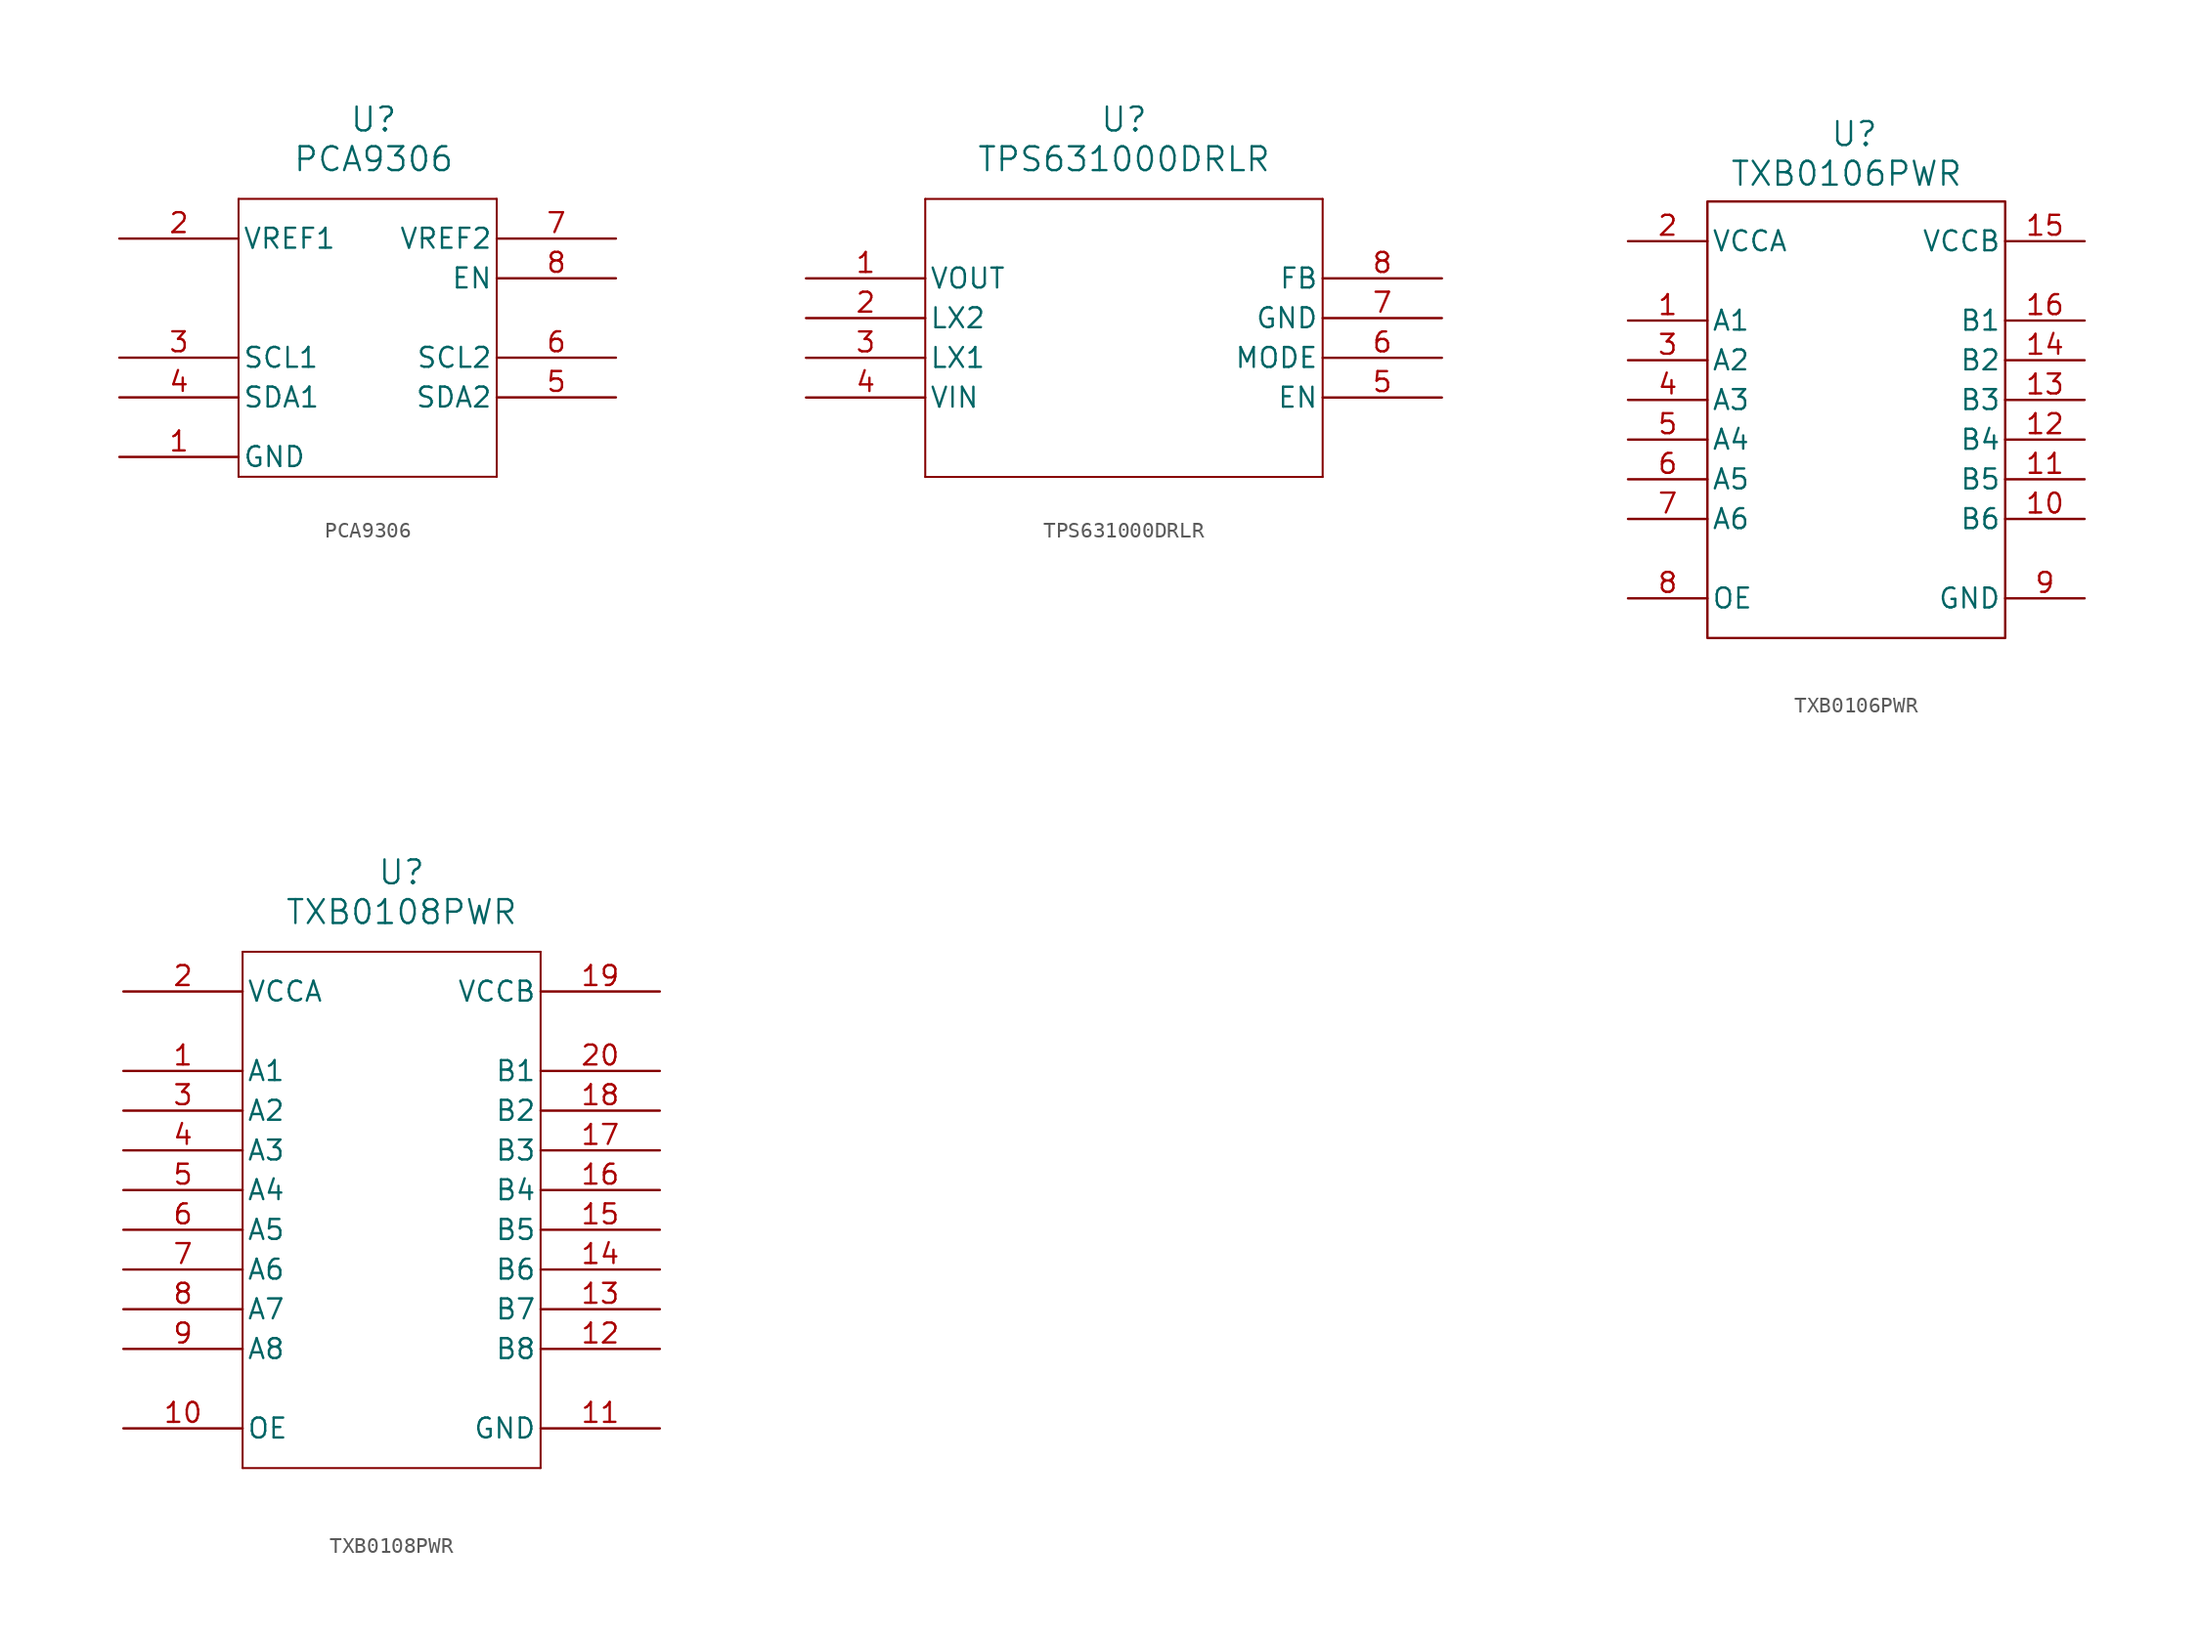
<source format=kicad_sym>
(kicad_symbol_lib
  (version 20241209)
  (generator "kicad_symbol_editor")
  (generator_version "9.0")
  (symbol "PCA9306"
    (pin_names
      (offset 0.254))
    (property "Reference" "U"
      (at 16.256 10.16 0)
      (effects (font (size 1.524 1.524))))
    (property "Value" "PCA9306"
      (at 16.256 7.62 0)
      (effects (font (size 1.524 1.524))))
    (property "ki_locked" ""
      (at 0 0 0)
      (effects (font (size 1.27 1.27))))
    (symbol "PCA9306_0_1"
      (polyline (pts (xy 7.62 5.08) (xy 7.62 -12.7)) (stroke (width 0.127) (type default)) (fill (type none)))
      (polyline (pts (xy 7.62 -12.7) (xy 24.13 -12.7)) (stroke (width 0.127) (type default)) (fill (type none)))
      (polyline (pts (xy 24.13 5.08) (xy 7.62 5.08)) (stroke (width 0.127) (type default)) (fill (type none)))
      (polyline (pts (xy 24.13 -12.7) (xy 24.13 5.08)) (stroke (width 0.127) (type default)) (fill (type none)))
      (pin power_in line (at 0 2.54 0) (length 7.62) (name "VREF1" (effects (font (size 1.27 1.27)))) (number "2" (effects (font (size 1.27 1.27)))))
      (pin input line (at 0 -5.08 0) (length 7.62) (name "SCL1" (effects (font (size 1.27 1.27)))) (number "3" (effects (font (size 1.27 1.27)))))
      (pin bidirectional line (at 0 -7.62 0) (length 7.62) (name "SDA1" (effects (font (size 1.27 1.27)))) (number "4" (effects (font (size 1.27 1.27)))))
      (pin power_out line (at 0 -11.43 0) (length 7.62) (name "GND" (effects (font (size 1.27 1.27)))) (number "1" (effects (font (size 1.27 1.27)))))
      (pin power_in line (at 31.75 2.54 180) (length 7.62) (name "VREF2" (effects (font (size 1.27 1.27)))) (number "7" (effects (font (size 1.27 1.27)))))
      (pin input line (at 31.75 0 180) (length 7.62) (name "EN" (effects (font (size 1.27 1.27)))) (number "8" (effects (font (size 1.27 1.27)))))
      (pin input line (at 31.75 -5.08 180) (length 7.62) (name "SCL2" (effects (font (size 1.27 1.27)))) (number "6" (effects (font (size 1.27 1.27)))))
      (pin bidirectional line (at 31.75 -7.62 180) (length 7.62) (name "SDA2" (effects (font (size 1.27 1.27)))) (number "5" (effects (font (size 1.27 1.27)))))))
  (symbol "TPS631000DRLR"
    (pin_names
      (offset 0.254))
    (property "Reference" "U"
      (at 20.32 10.16 0)
      (effects (font (size 1.524 1.524))))
    (property "Value" "TPS631000DRLR"
      (at 20.32 7.62 0)
      (effects (font (size 1.524 1.524))))
    (property "ki_locked" ""
      (at 0 0 0)
      (effects (font (size 1.27 1.27))))
    (symbol "TPS631000DRLR_0_1"
      (polyline (pts (xy 7.62 5.08) (xy 7.62 -12.7)) (stroke (width 0.127) (type default)) (fill (type none)))
      (polyline (pts (xy 7.62 -12.7) (xy 33.02 -12.7)) (stroke (width 0.127) (type default)) (fill (type none)))
      (polyline (pts (xy 33.02 5.08) (xy 7.62 5.08)) (stroke (width 0.127) (type default)) (fill (type none)))
      (polyline (pts (xy 33.02 -12.7) (xy 33.02 5.08)) (stroke (width 0.127) (type default)) (fill (type none)))
      (pin power_in line (at 0 -7.62 0) (length 7.62) (name "VIN" (effects (font (size 1.27 1.27)))) (number "4" (effects (font (size 1.27 1.27)))))
      (pin power_in line (at 40.64 -2.54 180) (length 7.62) (name "GND" (effects (font (size 1.27 1.27)))) (number "7" (effects (font (size 1.27 1.27))))))
    (symbol "TPS631000DRLR_1_1"
      (pin power_out line (at 0 0 0) (length 7.62) (name "VOUT" (effects (font (size 1.27 1.27)))) (number "1" (effects (font (size 1.27 1.27)))))
      (pin passive line (at 0 -2.54 0) (length 7.62) (name "LX2" (effects (font (size 1.27 1.27)))) (number "2" (effects (font (size 1.27 1.27)))))
      (pin passive line (at 0 -5.08 0) (length 7.62) (name "LX1" (effects (font (size 1.27 1.27)))) (number "3" (effects (font (size 1.27 1.27)))))
      (pin passive line (at 40.64 0 180) (length 7.62) (name "FB" (effects (font (size 1.27 1.27)))) (number "8" (effects (font (size 1.27 1.27)))))
      (pin passive line (at 40.64 -5.08 180) (length 7.62) (name "MODE" (effects (font (size 1.27 1.27)))) (number "6" (effects (font (size 1.27 1.27)))))
      (pin passive line (at 40.64 -7.62 180) (length 7.62) (name "EN" (effects (font (size 1.27 1.27)))) (number "5" (effects (font (size 1.27 1.27)))))))
  (symbol "TXB0106PWR"
    (pin_names
      (offset 0.254))
    (property "Reference" "U"
      (at 9.398 32.258 0)
      (effects (font (size 1.524 1.524))))
    (property "Value" "TXB0106PWR"
      (at 8.89 29.718 0)
      (effects (font (size 1.524 1.524))))
    (property "ki_locked" ""
      (at 0 0 0)
      (effects (font (size 1.27 1.27))))
    (symbol "TXB0106PWR_0_1"
      (pin power_in line (at -5.08 25.4 0) (length 5.08) (name "VCCA" (effects (font (size 1.27 1.27)))) (number "2" (effects (font (size 1.27 1.27)))))
      (pin bidirectional line (at -5.08 20.32 0) (length 5.08) (name "A1" (effects (font (size 1.27 1.27)))) (number "1" (effects (font (size 1.27 1.27)))))
      (pin bidirectional line (at -5.08 17.78 0) (length 5.08) (name "A2" (effects (font (size 1.27 1.27)))) (number "3" (effects (font (size 1.27 1.27)))))
      (pin bidirectional line (at -5.08 15.24 0) (length 5.08) (name "A3" (effects (font (size 1.27 1.27)))) (number "4" (effects (font (size 1.27 1.27)))))
      (pin bidirectional line (at -5.08 12.7 0) (length 5.08) (name "A4" (effects (font (size 1.27 1.27)))) (number "5" (effects (font (size 1.27 1.27)))))
      (pin bidirectional line (at -5.08 10.16 0) (length 5.08) (name "A5" (effects (font (size 1.27 1.27)))) (number "6" (effects (font (size 1.27 1.27)))))
      (pin bidirectional line (at -5.08 7.62 0) (length 5.08) (name "A6" (effects (font (size 1.27 1.27)))) (number "7" (effects (font (size 1.27 1.27)))))
      (pin input line (at -5.08 2.54 0) (length 5.08) (name "OE" (effects (font (size 1.27 1.27)))) (number "8" (effects (font (size 1.27 1.27)))))
      (pin power_in line (at 24.13 25.4 180) (length 5.08) (name "VCCB" (effects (font (size 1.27 1.27)))) (number "15" (effects (font (size 1.27 1.27)))))
      (pin bidirectional line (at 24.13 20.32 180) (length 5.08) (name "B1" (effects (font (size 1.27 1.27)))) (number "16" (effects (font (size 1.27 1.27)))))
      (pin bidirectional line (at 24.13 17.78 180) (length 5.08) (name "B2" (effects (font (size 1.27 1.27)))) (number "14" (effects (font (size 1.27 1.27)))))
      (pin bidirectional line (at 24.13 15.24 180) (length 5.08) (name "B3" (effects (font (size 1.27 1.27)))) (number "13" (effects (font (size 1.27 1.27)))))
      (pin bidirectional line (at 24.13 12.7 180) (length 5.08) (name "B4" (effects (font (size 1.27 1.27)))) (number "12" (effects (font (size 1.27 1.27)))))
      (pin bidirectional line (at 24.13 10.16 180) (length 5.08) (name "B5" (effects (font (size 1.27 1.27)))) (number "11" (effects (font (size 1.27 1.27)))))
      (pin bidirectional line (at 24.13 7.62 180) (length 5.08) (name "B6" (effects (font (size 1.27 1.27)))) (number "10" (effects (font (size 1.27 1.27)))))
      (pin power_in line (at 24.13 2.54 180) (length 5.08) (name "GND" (effects (font (size 1.27 1.27)))) (number "9" (effects (font (size 1.27 1.27))))))
    (symbol "TXB0106PWR_1_1"
      (rectangle (start 0 0) (end 19.05 27.94) (stroke (width 0) (type default)) (fill (type none)))))
  (symbol "TXB0108PWR"
    (pin_names
      (offset 0.254))
    (property "Reference" "U"
      (at 10.16 38.1 0)
      (effects (font (size 1.524 1.524))))
    (property "Value" "TXB0108PWR"
      (at 10.16 35.56 0)
      (effects (font (size 1.524 1.524))))
    (property "ki_locked" ""
      (at 0 0 0)
      (effects (font (size 1.27 1.27))))
    (symbol "TXB0108PWR_0_1"
      (polyline (pts (xy 0 33.02) (xy 0 0)) (stroke (width 0.127) (type default)) (fill (type none)))
      (polyline (pts (xy 0 0) (xy 19.05 0)) (stroke (width 0.127) (type default)) (fill (type none)))
      (polyline (pts (xy 19.05 33.02) (xy 0 33.02)) (stroke (width 0.127) (type default)) (fill (type none)))
      (polyline (pts (xy 19.05 0) (xy 19.05 33.02)) (stroke (width 0.127) (type default)) (fill (type none)))
      (pin power_in line (at -7.62 30.48 0) (length 7.62) (name "VCCA" (effects (font (size 1.27 1.27)))) (number "2" (effects (font (size 1.27 1.27)))))
      (pin bidirectional line (at -7.62 25.4 0) (length 7.62) (name "A1" (effects (font (size 1.27 1.27)))) (number "1" (effects (font (size 1.27 1.27)))))
      (pin bidirectional line (at -7.62 22.86 0) (length 7.62) (name "A2" (effects (font (size 1.27 1.27)))) (number "3" (effects (font (size 1.27 1.27)))))
      (pin bidirectional line (at -7.62 20.32 0) (length 7.62) (name "A3" (effects (font (size 1.27 1.27)))) (number "4" (effects (font (size 1.27 1.27)))))
      (pin bidirectional line (at -7.62 17.78 0) (length 7.62) (name "A4" (effects (font (size 1.27 1.27)))) (number "5" (effects (font (size 1.27 1.27)))))
      (pin bidirectional line (at -7.62 15.24 0) (length 7.62) (name "A5" (effects (font (size 1.27 1.27)))) (number "6" (effects (font (size 1.27 1.27)))))
      (pin bidirectional line (at -7.62 12.7 0) (length 7.62) (name "A6" (effects (font (size 1.27 1.27)))) (number "7" (effects (font (size 1.27 1.27)))))
      (pin bidirectional line (at -7.62 10.16 0) (length 7.62) (name "A7" (effects (font (size 1.27 1.27)))) (number "8" (effects (font (size 1.27 1.27)))))
      (pin bidirectional line (at -7.62 7.62 0) (length 7.62) (name "A8" (effects (font (size 1.27 1.27)))) (number "9" (effects (font (size 1.27 1.27)))))
      (pin bidirectional line (at 26.67 25.4 180) (length 7.62) (name "B1" (effects (font (size 1.27 1.27)))) (number "20" (effects (font (size 1.27 1.27)))))
      (pin bidirectional line (at 26.67 22.86 180) (length 7.62) (name "B2" (effects (font (size 1.27 1.27)))) (number "18" (effects (font (size 1.27 1.27)))))
      (pin bidirectional line (at 26.67 20.32 180) (length 7.62) (name "B3" (effects (font (size 1.27 1.27)))) (number "17" (effects (font (size 1.27 1.27)))))
      (pin bidirectional line (at 26.67 17.78 180) (length 7.62) (name "B4" (effects (font (size 1.27 1.27)))) (number "16" (effects (font (size 1.27 1.27)))))
      (pin bidirectional line (at 26.67 15.24 180) (length 7.62) (name "B5" (effects (font (size 1.27 1.27)))) (number "15" (effects (font (size 1.27 1.27)))))
      (pin bidirectional line (at 26.67 12.7 180) (length 7.62) (name "B6" (effects (font (size 1.27 1.27)))) (number "14" (effects (font (size 1.27 1.27)))))
      (pin bidirectional line (at 26.67 10.16 180) (length 7.62) (name "B7" (effects (font (size 1.27 1.27)))) (number "13" (effects (font (size 1.27 1.27)))))
      (pin bidirectional line (at 26.67 7.62 180) (length 7.62) (name "B8" (effects (font (size 1.27 1.27)))) (number "12" (effects (font (size 1.27 1.27)))))
      (pin power_in line (at 26.67 2.54 180) (length 7.62) (name "GND" (effects (font (size 1.27 1.27)))) (number "11" (effects (font (size 1.27 1.27))))))
    (symbol "TXB0108PWR_1_1"
      (pin input line (at -7.62 2.54 0) (length 7.62) (name "OE" (effects (font (size 1.27 1.27)))) (number "10" (effects (font (size 1.27 1.27)))))
      (pin power_in line (at 26.67 30.48 180) (length 7.62) (name "VCCB" (effects (font (size 1.27 1.27)))) (number "19" (effects (font (size 1.27 1.27))))))))
</source>
